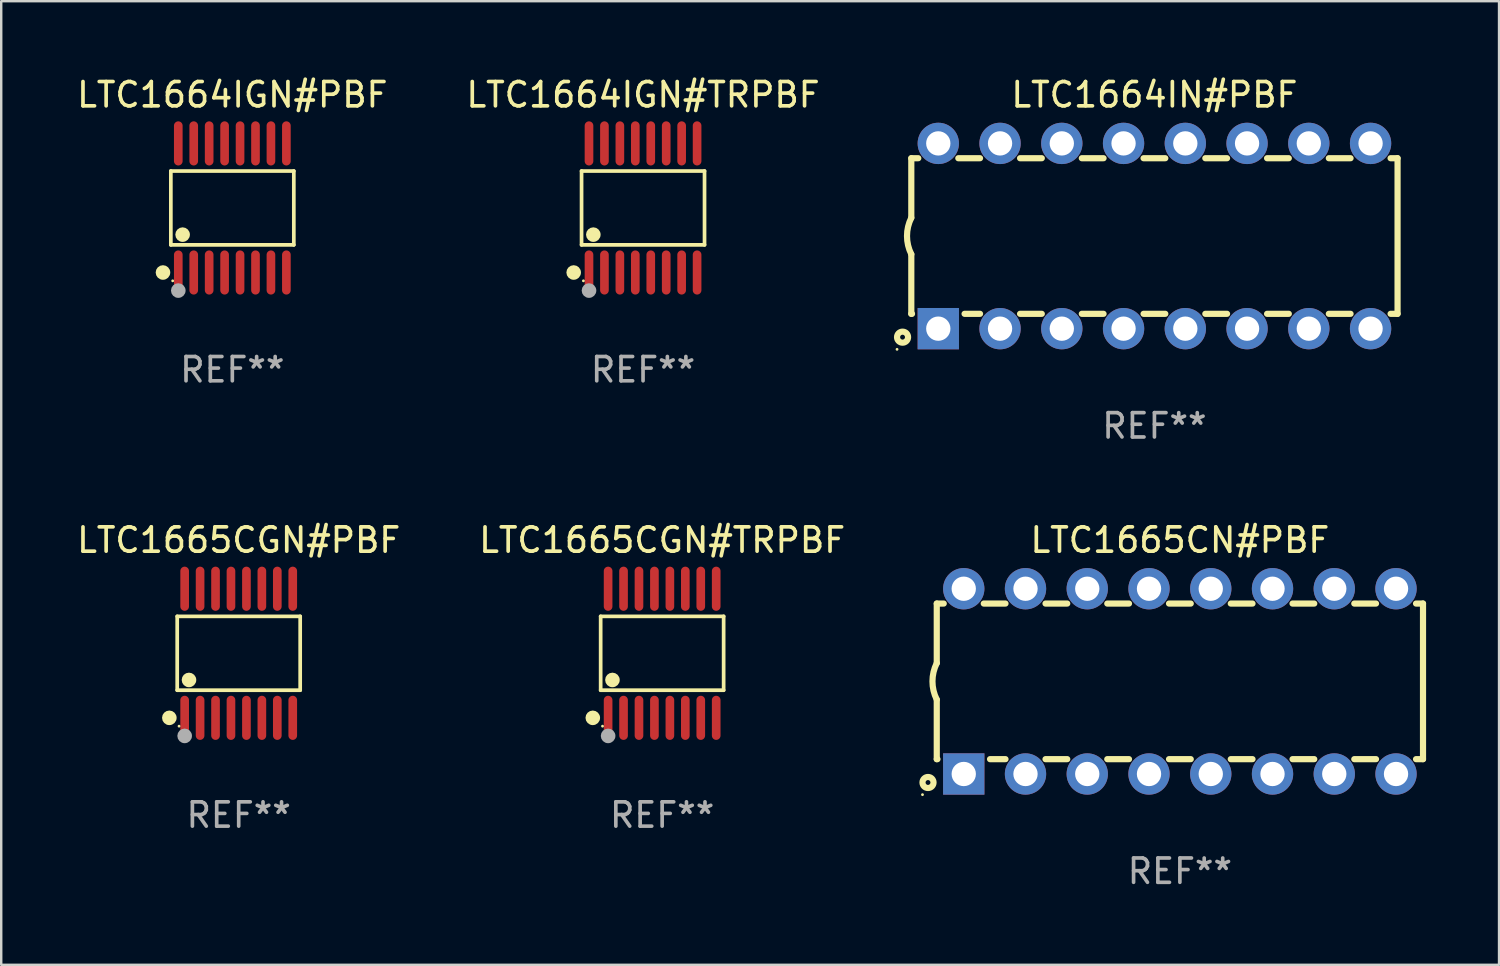
<source format=kicad_pcb>
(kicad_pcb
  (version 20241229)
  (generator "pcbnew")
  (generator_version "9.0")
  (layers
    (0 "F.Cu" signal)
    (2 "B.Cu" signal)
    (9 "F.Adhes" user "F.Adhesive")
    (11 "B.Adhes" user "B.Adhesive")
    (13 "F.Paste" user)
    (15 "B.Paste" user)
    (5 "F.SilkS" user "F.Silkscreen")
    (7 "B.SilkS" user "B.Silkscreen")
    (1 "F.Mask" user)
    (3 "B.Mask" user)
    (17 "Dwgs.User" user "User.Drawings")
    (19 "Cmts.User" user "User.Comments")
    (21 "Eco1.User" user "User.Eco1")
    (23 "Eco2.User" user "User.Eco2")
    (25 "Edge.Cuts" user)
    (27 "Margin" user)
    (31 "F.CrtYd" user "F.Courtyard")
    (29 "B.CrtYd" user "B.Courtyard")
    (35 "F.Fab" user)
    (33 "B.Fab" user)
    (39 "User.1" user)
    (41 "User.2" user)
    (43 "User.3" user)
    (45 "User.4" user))
  (footprint "LTC1665CN#PBF"
    (layer "F.Cu")
    (at 45.48 24.975)
    (property "Reference" "LTC1665CN#PBF" (at 0 -5.81 0) (layer "F.SilkS") (effects (font (size 1 1) (thickness 0.15))))
    (attr through_hole)
    (fp_line (start -10 -3.2) (end -10 -0.75) (stroke (width 0.254) (type solid)) (layer "F.SilkS"))
    (fp_line (start -10 -3.2) (end -9.713 -3.2) (stroke (width 0.254) (type solid)) (layer "F.SilkS"))
    (fp_line (start -10 3.2) (end -10 0.75) (stroke (width 0.254) (type solid)) (layer "F.SilkS"))
    (fp_line (start -10 3.2) (end -9.971 3.2) (stroke (width 0.254) (type solid)) (layer "F.SilkS"))
    (fp_line (start -8.067 -3.2) (end -7.173 -3.2) (stroke (width 0.254) (type solid)) (layer "F.SilkS"))
    (fp_line (start -7.809 3.2) (end -7.173 3.2) (stroke (width 0.254) (type solid)) (layer "F.SilkS"))
    (fp_line (start -5.527 3.2) (end -4.633 3.2) (stroke (width 0.254) (type solid)) (layer "F.SilkS"))
    (fp_line (start -5.527 -3.2) (end -4.633 -3.2) (stroke (width 0.254) (type solid)) (layer "F.SilkS"))
    (fp_line (start -2.987 3.2) (end -2.093 3.2) (stroke (width 0.254) (type solid)) (layer "F.SilkS"))
    (fp_line (start -2.987 -3.2) (end -2.093 -3.2) (stroke (width 0.254) (type solid)) (layer "F.SilkS"))
    (fp_line (start -0.447 3.2) (end 0.447 3.2) (stroke (width 0.254) (type solid)) (layer "F.SilkS"))
    (fp_line (start -0.447 -3.2) (end 0.447 -3.2) (stroke (width 0.254) (type solid)) (layer "F.SilkS"))
    (fp_line (start 2.093 3.2) (end 2.987 3.2) (stroke (width 0.254) (type solid)) (layer "F.SilkS"))
    (fp_line (start 2.093 -3.2) (end 2.987 -3.2) (stroke (width 0.254) (type solid)) (layer "F.SilkS"))
    (fp_line (start 4.633 3.2) (end 5.527 3.2) (stroke (width 0.254) (type solid)) (layer "F.SilkS"))
    (fp_line (start 4.633 -3.2) (end 5.527 -3.2) (stroke (width 0.254) (type solid)) (layer "F.SilkS"))
    (fp_line (start 7.173 3.2) (end 8.067 3.2) (stroke (width 0.254) (type solid)) (layer "F.SilkS"))
    (fp_line (start 7.173 -3.2) (end 8.067 -3.2) (stroke (width 0.254) (type solid)) (layer "F.SilkS"))
    (fp_line (start 9.713 3.2) (end 10 3.2) (stroke (width 0.254) (type solid)) (layer "F.SilkS"))
    (fp_line (start 9.713 -3.2) (end 10 -3.2) (stroke (width 0.254) (type solid)) (layer "F.SilkS"))
    (fp_line (start 10 -3.2) (end 10 3.2) (stroke (width 0.254) (type solid)) (layer "F.SilkS"))
    (fp_arc (start -10 0.748793) (mid -10.176918 -0.000607) (end -10.000025 -0.750013) (stroke (width 0.254001) (type solid)) (layer "F.SilkS"))
    (fp_circle (center -10.587 4.66) (end -10.557 4.66) (stroke (width 0.06) (type solid)) (fill no) (layer "F.SilkS"))
    (fp_circle (center -10.36 4.16) (end -10.26 4.16) (stroke (width 0.254) (type solid)) (fill no) (layer "F.SilkS"))
    (fp_text user "REF**" (at 0 7.81 0) (layer "F.Fab") (effects (font (size 1 1) (thickness 0.15))))
    (pad "1" thru_hole rect (at -8.89 3.81 90) (size 1.7 1.7) (drill 1) (layers "*.Cu" "*.Mask"))
    (pad "2" thru_hole circle (at -6.35 3.81) (size 1.7 1.7) (drill 1) (layers "*.Cu" "*.Mask"))
    (pad "3" thru_hole circle (at -3.81 3.81) (size 1.7 1.7) (drill 1) (layers "*.Cu" "*.Mask"))
    (pad "4" thru_hole circle (at -1.27 3.81) (size 1.7 1.7) (drill 1) (layers "*.Cu" "*.Mask"))
    (pad "5" thru_hole circle (at 1.27 3.81) (size 1.7 1.7) (drill 1) (layers "*.Cu" "*.Mask"))
    (pad "6" thru_hole circle (at 3.81 3.81) (size 1.7 1.7) (drill 1) (layers "*.Cu" "*.Mask"))
    (pad "7" thru_hole circle (at 6.35 3.81) (size 1.7 1.7) (drill 1) (layers "*.Cu" "*.Mask"))
    (pad "8" thru_hole circle (at 8.89 3.81) (size 1.7 1.7) (drill 1) (layers "*.Cu" "*.Mask"))
    (pad "9" thru_hole circle (at 8.89 -3.81) (size 1.7 1.7) (drill 1) (layers "*.Cu" "*.Mask"))
    (pad "10" thru_hole circle (at 6.35 -3.81) (size 1.7 1.7) (drill 1) (layers "*.Cu" "*.Mask"))
    (pad "11" thru_hole circle (at 3.81 -3.81) (size 1.7 1.7) (drill 1) (layers "*.Cu" "*.Mask"))
    (pad "12" thru_hole circle (at 1.27 -3.81) (size 1.7 1.7) (drill 1) (layers "*.Cu" "*.Mask"))
    (pad "13" thru_hole circle (at -1.27 -3.81) (size 1.7 1.7) (drill 1) (layers "*.Cu" "*.Mask"))
    (pad "14" thru_hole circle (at -3.81 -3.81) (size 1.7 1.7) (drill 1) (layers "*.Cu" "*.Mask"))
    (pad "15" thru_hole circle (at -6.35 -3.81) (size 1.7 1.7) (drill 1) (layers "*.Cu" "*.Mask"))
    (pad "16" thru_hole circle (at -8.89 -3.81) (size 1.7 1.7) (drill 1) (layers "*.Cu" "*.Mask")))
  (footprint "LTC1664IGN#TRPBF"
    (layer "F.Cu")
    (at 23.399 5.503)
    (property "Reference" "LTC1664IGN#TRPBF" (at 0 -4.655 0) (layer "F.SilkS") (effects (font (size 1 1) (thickness 0.15))))
    (attr through_hole)
    (fp_line (start -2.529 -1.519) (end 2.529 -1.519) (stroke (width 0.152) (type solid)) (layer "F.SilkS"))
    (fp_line (start -2.529 1.519) (end -2.529 -1.519) (stroke (width 0.152) (type solid)) (layer "F.SilkS"))
    (fp_line (start 2.529 -1.519) (end 2.529 1.519) (stroke (width 0.152) (type solid)) (layer "F.SilkS"))
    (fp_line (start 2.529 1.519) (end -2.529 1.519) (stroke (width 0.152) (type solid)) (layer "F.SilkS"))
    (fp_circle (center -2.853 2.655) (end -2.703 2.655) (stroke (width 0.3) (type solid)) (fill no) (layer "F.SilkS"))
    (fp_circle (center -2.453 2.998) (end -2.423 2.998) (stroke (width 0.06) (type solid)) (fill no) (layer "F.SilkS"))
    (fp_circle (center -2.045 1.097) (end -1.895 1.097) (stroke (width 0.3) (type solid)) (fill no) (layer "F.SilkS"))
    (fp_circle (center -2.223 3.398) (end -2.072 3.398) (stroke (width 0.3) (type solid)) (fill no) (layer "F.Fab"))
    (fp_text user "REF**" (at 0 6.655 0) (layer "F.Fab") (effects (font (size 1 1) (thickness 0.15))))
    (pad "1" smd oval (at -2.223 2.655) (size 0.356 1.815) (layers "F.Cu" "F.Mask" "F.Paste"))
    (pad "2" smd oval (at -1.588 2.655) (size 0.356 1.815) (layers "F.Cu" "F.Mask" "F.Paste"))
    (pad "3" smd oval (at -0.953 2.655) (size 0.356 1.815) (layers "F.Cu" "F.Mask" "F.Paste"))
    (pad "4" smd oval (at -0.318 2.655) (size 0.356 1.815) (layers "F.Cu" "F.Mask" "F.Paste"))
    (pad "5" smd oval (at 0.318 2.655) (size 0.356 1.815) (layers "F.Cu" "F.Mask" "F.Paste"))
    (pad "6" smd oval (at 0.953 2.655) (size 0.356 1.815) (layers "F.Cu" "F.Mask" "F.Paste"))
    (pad "7" smd oval (at 1.588 2.655) (size 0.356 1.815) (layers "F.Cu" "F.Mask" "F.Paste"))
    (pad "8" smd oval (at 2.223 2.655) (size 0.356 1.815) (layers "F.Cu" "F.Mask" "F.Paste"))
    (pad "9" smd oval (at 2.223 -2.655) (size 0.356 1.815) (layers "F.Cu" "F.Mask" "F.Paste"))
    (pad "10" smd oval (at 1.588 -2.655) (size 0.356 1.815) (layers "F.Cu" "F.Mask" "F.Paste"))
    (pad "11" smd oval (at 0.953 -2.655) (size 0.356 1.815) (layers "F.Cu" "F.Mask" "F.Paste"))
    (pad "12" smd oval (at 0.318 -2.655) (size 0.356 1.815) (layers "F.Cu" "F.Mask" "F.Paste"))
    (pad "13" smd oval (at -0.318 -2.655) (size 0.356 1.815) (layers "F.Cu" "F.Mask" "F.Paste"))
    (pad "14" smd oval (at -0.953 -2.655) (size 0.356 1.815) (layers "F.Cu" "F.Mask" "F.Paste"))
    (pad "15" smd oval (at -1.588 -2.655) (size 0.356 1.815) (layers "F.Cu" "F.Mask" "F.Paste"))
    (pad "16" smd oval (at -2.223 -2.655) (size 0.356 1.815) (layers "F.Cu" "F.Mask" "F.Paste")))
  (footprint "LTC1665CGN#TRPBF"
    (layer "F.Cu")
    (at 24.185 23.82)
    (property "Reference" "LTC1665CGN#TRPBF" (at 0 -4.655 0) (layer "F.SilkS") (effects (font (size 1 1) (thickness 0.15))))
    (attr through_hole)
    (fp_line (start -2.529 -1.519) (end 2.529 -1.519) (stroke (width 0.152) (type solid)) (layer "F.SilkS"))
    (fp_line (start -2.529 1.519) (end -2.529 -1.519) (stroke (width 0.152) (type solid)) (layer "F.SilkS"))
    (fp_line (start 2.529 -1.519) (end 2.529 1.519) (stroke (width 0.152) (type solid)) (layer "F.SilkS"))
    (fp_line (start 2.529 1.519) (end -2.529 1.519) (stroke (width 0.152) (type solid)) (layer "F.SilkS"))
    (fp_circle (center -2.853 2.655) (end -2.703 2.655) (stroke (width 0.3) (type solid)) (fill no) (layer "F.SilkS"))
    (fp_circle (center -2.453 2.998) (end -2.423 2.998) (stroke (width 0.06) (type solid)) (fill no) (layer "F.SilkS"))
    (fp_circle (center -2.045 1.097) (end -1.895 1.097) (stroke (width 0.3) (type solid)) (fill no) (layer "F.SilkS"))
    (fp_circle (center -2.223 3.398) (end -2.072 3.398) (stroke (width 0.3) (type solid)) (fill no) (layer "F.Fab"))
    (fp_text user "REF**" (at 0 6.655 0) (layer "F.Fab") (effects (font (size 1 1) (thickness 0.15))))
    (pad "1" smd oval (at -2.223 2.655) (size 0.356 1.815) (layers "F.Cu" "F.Mask" "F.Paste"))
    (pad "2" smd oval (at -1.588 2.655) (size 0.356 1.815) (layers "F.Cu" "F.Mask" "F.Paste"))
    (pad "3" smd oval (at -0.953 2.655) (size 0.356 1.815) (layers "F.Cu" "F.Mask" "F.Paste"))
    (pad "4" smd oval (at -0.318 2.655) (size 0.356 1.815) (layers "F.Cu" "F.Mask" "F.Paste"))
    (pad "5" smd oval (at 0.318 2.655) (size 0.356 1.815) (layers "F.Cu" "F.Mask" "F.Paste"))
    (pad "6" smd oval (at 0.953 2.655) (size 0.356 1.815) (layers "F.Cu" "F.Mask" "F.Paste"))
    (pad "7" smd oval (at 1.588 2.655) (size 0.356 1.815) (layers "F.Cu" "F.Mask" "F.Paste"))
    (pad "8" smd oval (at 2.223 2.655) (size 0.356 1.815) (layers "F.Cu" "F.Mask" "F.Paste"))
    (pad "9" smd oval (at 2.223 -2.655) (size 0.356 1.815) (layers "F.Cu" "F.Mask" "F.Paste"))
    (pad "10" smd oval (at 1.588 -2.655) (size 0.356 1.815) (layers "F.Cu" "F.Mask" "F.Paste"))
    (pad "11" smd oval (at 0.953 -2.655) (size 0.356 1.815) (layers "F.Cu" "F.Mask" "F.Paste"))
    (pad "12" smd oval (at 0.318 -2.655) (size 0.356 1.815) (layers "F.Cu" "F.Mask" "F.Paste"))
    (pad "13" smd oval (at -0.318 -2.655) (size 0.356 1.815) (layers "F.Cu" "F.Mask" "F.Paste"))
    (pad "14" smd oval (at -0.953 -2.655) (size 0.356 1.815) (layers "F.Cu" "F.Mask" "F.Paste"))
    (pad "15" smd oval (at -1.588 -2.655) (size 0.356 1.815) (layers "F.Cu" "F.Mask" "F.Paste"))
    (pad "16" smd oval (at -2.223 -2.655) (size 0.356 1.815) (layers "F.Cu" "F.Mask" "F.Paste")))
  (footprint "LTC1665CGN#PBF"
    (layer "F.Cu")
    (at 6.768 23.82)
    (property "Reference" "LTC1665CGN#PBF" (at 0 -4.655 0) (layer "F.SilkS") (effects (font (size 1 1) (thickness 0.15))))
    (attr through_hole)
    (fp_line (start -2.529 -1.519) (end 2.529 -1.519) (stroke (width 0.152) (type solid)) (layer "F.SilkS"))
    (fp_line (start -2.529 1.519) (end -2.529 -1.519) (stroke (width 0.152) (type solid)) (layer "F.SilkS"))
    (fp_line (start 2.529 -1.519) (end 2.529 1.519) (stroke (width 0.152) (type solid)) (layer "F.SilkS"))
    (fp_line (start 2.529 1.519) (end -2.529 1.519) (stroke (width 0.152) (type solid)) (layer "F.SilkS"))
    (fp_circle (center -2.853 2.655) (end -2.703 2.655) (stroke (width 0.3) (type solid)) (fill no) (layer "F.SilkS"))
    (fp_circle (center -2.453 2.998) (end -2.423 2.998) (stroke (width 0.06) (type solid)) (fill no) (layer "F.SilkS"))
    (fp_circle (center -2.045 1.097) (end -1.895 1.097) (stroke (width 0.3) (type solid)) (fill no) (layer "F.SilkS"))
    (fp_circle (center -2.223 3.398) (end -2.072 3.398) (stroke (width 0.3) (type solid)) (fill no) (layer "F.Fab"))
    (fp_text user "REF**" (at 0 6.655 0) (layer "F.Fab") (effects (font (size 1 1) (thickness 0.15))))
    (pad "1" smd oval (at -2.223 2.655) (size 0.356 1.815) (layers "F.Cu" "F.Mask" "F.Paste"))
    (pad "2" smd oval (at -1.588 2.655) (size 0.356 1.815) (layers "F.Cu" "F.Mask" "F.Paste"))
    (pad "3" smd oval (at -0.953 2.655) (size 0.356 1.815) (layers "F.Cu" "F.Mask" "F.Paste"))
    (pad "4" smd oval (at -0.318 2.655) (size 0.356 1.815) (layers "F.Cu" "F.Mask" "F.Paste"))
    (pad "5" smd oval (at 0.318 2.655) (size 0.356 1.815) (layers "F.Cu" "F.Mask" "F.Paste"))
    (pad "6" smd oval (at 0.953 2.655) (size 0.356 1.815) (layers "F.Cu" "F.Mask" "F.Paste"))
    (pad "7" smd oval (at 1.588 2.655) (size 0.356 1.815) (layers "F.Cu" "F.Mask" "F.Paste"))
    (pad "8" smd oval (at 2.223 2.655) (size 0.356 1.815) (layers "F.Cu" "F.Mask" "F.Paste"))
    (pad "9" smd oval (at 2.223 -2.655) (size 0.356 1.815) (layers "F.Cu" "F.Mask" "F.Paste"))
    (pad "10" smd oval (at 1.588 -2.655) (size 0.356 1.815) (layers "F.Cu" "F.Mask" "F.Paste"))
    (pad "11" smd oval (at 0.953 -2.655) (size 0.356 1.815) (layers "F.Cu" "F.Mask" "F.Paste"))
    (pad "12" smd oval (at 0.318 -2.655) (size 0.356 1.815) (layers "F.Cu" "F.Mask" "F.Paste"))
    (pad "13" smd oval (at -0.318 -2.655) (size 0.356 1.815) (layers "F.Cu" "F.Mask" "F.Paste"))
    (pad "14" smd oval (at -0.953 -2.655) (size 0.356 1.815) (layers "F.Cu" "F.Mask" "F.Paste"))
    (pad "15" smd oval (at -1.588 -2.655) (size 0.356 1.815) (layers "F.Cu" "F.Mask" "F.Paste"))
    (pad "16" smd oval (at -2.223 -2.655) (size 0.356 1.815) (layers "F.Cu" "F.Mask" "F.Paste")))
  (footprint "LTC1664IGN#PBF"
    (layer "F.Cu")
    (at 6.506 5.503)
    (property "Reference" "LTC1664IGN#PBF" (at 0 -4.655 0) (layer "F.SilkS") (effects (font (size 1 1) (thickness 0.15))))
    (attr through_hole)
    (fp_line (start -2.529 -1.519) (end 2.529 -1.519) (stroke (width 0.152) (type solid)) (layer "F.SilkS"))
    (fp_line (start -2.529 1.519) (end -2.529 -1.519) (stroke (width 0.152) (type solid)) (layer "F.SilkS"))
    (fp_line (start 2.529 -1.519) (end 2.529 1.519) (stroke (width 0.152) (type solid)) (layer "F.SilkS"))
    (fp_line (start 2.529 1.519) (end -2.529 1.519) (stroke (width 0.152) (type solid)) (layer "F.SilkS"))
    (fp_circle (center -2.853 2.655) (end -2.703 2.655) (stroke (width 0.3) (type solid)) (fill no) (layer "F.SilkS"))
    (fp_circle (center -2.453 2.998) (end -2.423 2.998) (stroke (width 0.06) (type solid)) (fill no) (layer "F.SilkS"))
    (fp_circle (center -2.045 1.097) (end -1.895 1.097) (stroke (width 0.3) (type solid)) (fill no) (layer "F.SilkS"))
    (fp_circle (center -2.223 3.398) (end -2.072 3.398) (stroke (width 0.3) (type solid)) (fill no) (layer "F.Fab"))
    (fp_text user "REF**" (at 0 6.655 0) (layer "F.Fab") (effects (font (size 1 1) (thickness 0.15))))
    (pad "1" smd oval (at -2.223 2.655) (size 0.356 1.815) (layers "F.Cu" "F.Mask" "F.Paste"))
    (pad "2" smd oval (at -1.588 2.655) (size 0.356 1.815) (layers "F.Cu" "F.Mask" "F.Paste"))
    (pad "3" smd oval (at -0.953 2.655) (size 0.356 1.815) (layers "F.Cu" "F.Mask" "F.Paste"))
    (pad "4" smd oval (at -0.318 2.655) (size 0.356 1.815) (layers "F.Cu" "F.Mask" "F.Paste"))
    (pad "5" smd oval (at 0.318 2.655) (size 0.356 1.815) (layers "F.Cu" "F.Mask" "F.Paste"))
    (pad "6" smd oval (at 0.953 2.655) (size 0.356 1.815) (layers "F.Cu" "F.Mask" "F.Paste"))
    (pad "7" smd oval (at 1.588 2.655) (size 0.356 1.815) (layers "F.Cu" "F.Mask" "F.Paste"))
    (pad "8" smd oval (at 2.223 2.655) (size 0.356 1.815) (layers "F.Cu" "F.Mask" "F.Paste"))
    (pad "9" smd oval (at 2.223 -2.655) (size 0.356 1.815) (layers "F.Cu" "F.Mask" "F.Paste"))
    (pad "10" smd oval (at 1.588 -2.655) (size 0.356 1.815) (layers "F.Cu" "F.Mask" "F.Paste"))
    (pad "11" smd oval (at 0.953 -2.655) (size 0.356 1.815) (layers "F.Cu" "F.Mask" "F.Paste"))
    (pad "12" smd oval (at 0.318 -2.655) (size 0.356 1.815) (layers "F.Cu" "F.Mask" "F.Paste"))
    (pad "13" smd oval (at -0.318 -2.655) (size 0.356 1.815) (layers "F.Cu" "F.Mask" "F.Paste"))
    (pad "14" smd oval (at -0.953 -2.655) (size 0.356 1.815) (layers "F.Cu" "F.Mask" "F.Paste"))
    (pad "15" smd oval (at -1.588 -2.655) (size 0.356 1.815) (layers "F.Cu" "F.Mask" "F.Paste"))
    (pad "16" smd oval (at -2.223 -2.655) (size 0.356 1.815) (layers "F.Cu" "F.Mask" "F.Paste")))
  (footprint "LTC1664IN#PBF"
    (layer "F.Cu")
    (at 44.433 6.658)
    (property "Reference" "LTC1664IN#PBF" (at 0 -5.81 0) (layer "F.SilkS") (effects (font (size 1 1) (thickness 0.15))))
    (attr through_hole)
    (fp_line (start -10 -3.2) (end -10 -0.75) (stroke (width 0.254) (type solid)) (layer "F.SilkS"))
    (fp_line (start -10 -3.2) (end -9.713 -3.2) (stroke (width 0.254) (type solid)) (layer "F.SilkS"))
    (fp_line (start -10 3.2) (end -10 0.75) (stroke (width 0.254) (type solid)) (layer "F.SilkS"))
    (fp_line (start -10 3.2) (end -9.971 3.2) (stroke (width 0.254) (type solid)) (layer "F.SilkS"))
    (fp_line (start -8.067 -3.2) (end -7.173 -3.2) (stroke (width 0.254) (type solid)) (layer "F.SilkS"))
    (fp_line (start -7.809 3.2) (end -7.173 3.2) (stroke (width 0.254) (type solid)) (layer "F.SilkS"))
    (fp_line (start -5.527 3.2) (end -4.633 3.2) (stroke (width 0.254) (type solid)) (layer "F.SilkS"))
    (fp_line (start -5.527 -3.2) (end -4.633 -3.2) (stroke (width 0.254) (type solid)) (layer "F.SilkS"))
    (fp_line (start -2.987 3.2) (end -2.093 3.2) (stroke (width 0.254) (type solid)) (layer "F.SilkS"))
    (fp_line (start -2.987 -3.2) (end -2.093 -3.2) (stroke (width 0.254) (type solid)) (layer "F.SilkS"))
    (fp_line (start -0.447 3.2) (end 0.447 3.2) (stroke (width 0.254) (type solid)) (layer "F.SilkS"))
    (fp_line (start -0.447 -3.2) (end 0.447 -3.2) (stroke (width 0.254) (type solid)) (layer "F.SilkS"))
    (fp_line (start 2.093 3.2) (end 2.987 3.2) (stroke (width 0.254) (type solid)) (layer "F.SilkS"))
    (fp_line (start 2.093 -3.2) (end 2.987 -3.2) (stroke (width 0.254) (type solid)) (layer "F.SilkS"))
    (fp_line (start 4.633 3.2) (end 5.527 3.2) (stroke (width 0.254) (type solid)) (layer "F.SilkS"))
    (fp_line (start 4.633 -3.2) (end 5.527 -3.2) (stroke (width 0.254) (type solid)) (layer "F.SilkS"))
    (fp_line (start 7.173 3.2) (end 8.067 3.2) (stroke (width 0.254) (type solid)) (layer "F.SilkS"))
    (fp_line (start 7.173 -3.2) (end 8.067 -3.2) (stroke (width 0.254) (type solid)) (layer "F.SilkS"))
    (fp_line (start 9.713 3.2) (end 10 3.2) (stroke (width 0.254) (type solid)) (layer "F.SilkS"))
    (fp_line (start 9.713 -3.2) (end 10 -3.2) (stroke (width 0.254) (type solid)) (layer "F.SilkS"))
    (fp_line (start 10 -3.2) (end 10 3.2) (stroke (width 0.254) (type solid)) (layer "F.SilkS"))
    (fp_arc (start -10 0.748793) (mid -10.176918 -0.000607) (end -10.000025 -0.750013) (stroke (width 0.254001) (type solid)) (layer "F.SilkS"))
    (fp_circle (center -10.587 4.66) (end -10.557 4.66) (stroke (width 0.06) (type solid)) (fill no) (layer "F.SilkS"))
    (fp_circle (center -10.36 4.16) (end -10.26 4.16) (stroke (width 0.254) (type solid)) (fill no) (layer "F.SilkS"))
    (fp_text user "REF**" (at 0 7.81 0) (layer "F.Fab") (effects (font (size 1 1) (thickness 0.15))))
    (pad "1" thru_hole rect (at -8.89 3.81 90) (size 1.7 1.7) (drill 1) (layers "*.Cu" "*.Mask"))
    (pad "2" thru_hole circle (at -6.35 3.81) (size 1.7 1.7) (drill 1) (layers "*.Cu" "*.Mask"))
    (pad "3" thru_hole circle (at -3.81 3.81) (size 1.7 1.7) (drill 1) (layers "*.Cu" "*.Mask"))
    (pad "4" thru_hole circle (at -1.27 3.81) (size 1.7 1.7) (drill 1) (layers "*.Cu" "*.Mask"))
    (pad "5" thru_hole circle (at 1.27 3.81) (size 1.7 1.7) (drill 1) (layers "*.Cu" "*.Mask"))
    (pad "6" thru_hole circle (at 3.81 3.81) (size 1.7 1.7) (drill 1) (layers "*.Cu" "*.Mask"))
    (pad "7" thru_hole circle (at 6.35 3.81) (size 1.7 1.7) (drill 1) (layers "*.Cu" "*.Mask"))
    (pad "8" thru_hole circle (at 8.89 3.81) (size 1.7 1.7) (drill 1) (layers "*.Cu" "*.Mask"))
    (pad "9" thru_hole circle (at 8.89 -3.81) (size 1.7 1.7) (drill 1) (layers "*.Cu" "*.Mask"))
    (pad "10" thru_hole circle (at 6.35 -3.81) (size 1.7 1.7) (drill 1) (layers "*.Cu" "*.Mask"))
    (pad "11" thru_hole circle (at 3.81 -3.81) (size 1.7 1.7) (drill 1) (layers "*.Cu" "*.Mask"))
    (pad "12" thru_hole circle (at 1.27 -3.81) (size 1.7 1.7) (drill 1) (layers "*.Cu" "*.Mask"))
    (pad "13" thru_hole circle (at -1.27 -3.81) (size 1.7 1.7) (drill 1) (layers "*.Cu" "*.Mask"))
    (pad "14" thru_hole circle (at -3.81 -3.81) (size 1.7 1.7) (drill 1) (layers "*.Cu" "*.Mask"))
    (pad "15" thru_hole circle (at -6.35 -3.81) (size 1.7 1.7) (drill 1) (layers "*.Cu" "*.Mask"))
    (pad "16" thru_hole circle (at -8.89 -3.81) (size 1.7 1.7) (drill 1) (layers "*.Cu" "*.Mask")))
  (gr_rect
    (start -3 -3)
    (end 58.607 36.633)
    (stroke (width 0.1) (type default))
    (fill no)
    (layer "Edge.Cuts")))
</source>
